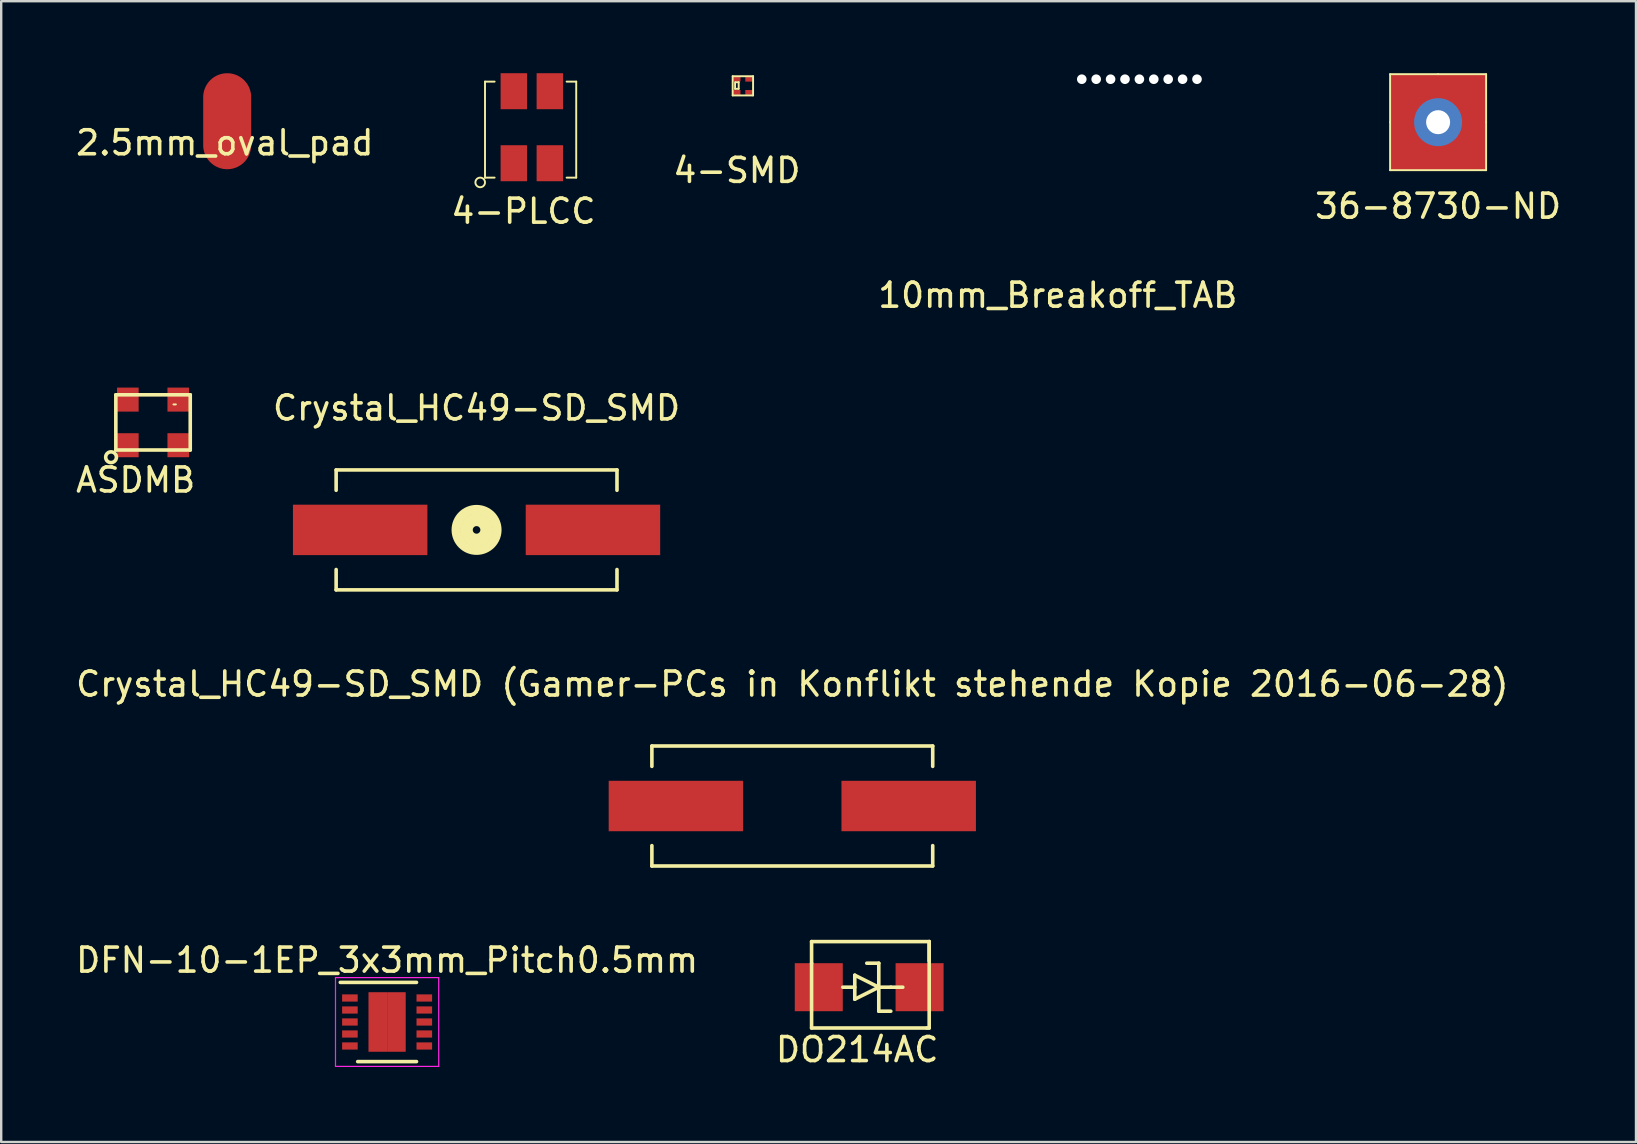
<source format=kicad_pcb>
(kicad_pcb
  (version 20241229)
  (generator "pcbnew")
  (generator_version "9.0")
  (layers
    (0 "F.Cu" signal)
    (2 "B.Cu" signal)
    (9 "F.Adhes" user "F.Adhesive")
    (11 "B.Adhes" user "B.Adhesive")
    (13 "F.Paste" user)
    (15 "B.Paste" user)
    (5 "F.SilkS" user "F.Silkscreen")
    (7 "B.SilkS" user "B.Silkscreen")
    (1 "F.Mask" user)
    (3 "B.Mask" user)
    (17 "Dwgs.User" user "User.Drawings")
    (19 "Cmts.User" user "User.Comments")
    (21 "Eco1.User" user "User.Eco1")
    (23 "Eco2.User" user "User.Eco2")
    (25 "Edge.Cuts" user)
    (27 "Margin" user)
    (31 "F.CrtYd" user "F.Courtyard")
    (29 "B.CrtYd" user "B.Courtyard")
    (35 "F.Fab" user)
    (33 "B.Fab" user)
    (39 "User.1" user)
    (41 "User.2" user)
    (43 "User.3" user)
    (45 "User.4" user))
  (footprint "ASDMB"
    (layer "F.Cu")
    (at 2.276 15.498)
    (property "Reference" "ASDMB" (at 0.325 1.45 0) (layer "F.SilkS") (effects (font (size 1 1) (thickness 0.15))))
    (attr through_hole)
    (fp_line (start -0.5 -2.1) (end 2.6 -2.1) (stroke (width 0.15) (type solid)) (layer "F.SilkS"))
    (fp_line (start -0.5 0.2) (end -0.5 -2.1) (stroke (width 0.15) (type solid)) (layer "F.SilkS"))
    (fp_line (start 2 -1.7) (end 1.9 -1.7) (stroke (width 0.08) (type solid)) (layer "F.SilkS"))
    (fp_line (start 2.6 -2.1) (end 2.6 0.2) (stroke (width 0.15) (type solid)) (layer "F.SilkS"))
    (fp_line (start 2.6 0.2) (end -0.5 0.2) (stroke (width 0.15) (type solid)) (layer "F.SilkS"))
    (fp_circle (center -0.7 0.5) (end -0.5 0.6) (stroke (width 0.15) (type solid)) (fill no) (layer "F.SilkS"))
    (pad "1" smd rect (at 0 0) (size 0.9 1) (layers "F.Cu" "F.Mask" "F.Paste"))
    (pad "2" smd rect (at 2.1 0) (size 0.9 1) (layers "F.Cu" "F.Mask" "F.Paste"))
    (pad "3" smd rect (at 2.1 -1.9) (size 0.9 1) (layers "F.Cu" "F.Mask" "F.Paste"))
    (pad "4" smd rect (at 0 -1.9) (size 0.9 1) (layers "F.Cu" "F.Mask" "F.Paste")))
  (footprint "2.5mm_oval_pad"
    (layer "F.Cu")
    (at 6.415 2)
    (property "Reference" "2.5mm_oval_pad" (at -0.1 0.9 0) (layer "F.SilkS") (effects (font (size 1 1) (thickness 0.15))))
    (attr through_hole)
    (pad "1" smd oval (at 0 0) (size 2 4) (layers "F.Cu" "F.Mask" "F.Paste")))
  (footprint "36-8730-ND"
    (layer "F.Cu")
    (at 56.863 2.04)
    (property "Reference" "36-8730-ND" (at 0 3.5 0) (layer "F.SilkS") (effects (font (size 1 1) (thickness 0.15))))
    (attr through_hole)
    (fp_line (start -2 -2) (end -2 0) (stroke (width 0.08) (type solid)) (layer "F.SilkS"))
    (fp_line (start -2 0) (end -2 2) (stroke (width 0.08) (type solid)) (layer "F.SilkS"))
    (fp_line (start -2 2) (end 2 2) (stroke (width 0.08) (type solid)) (layer "F.SilkS"))
    (fp_line (start 0 -2) (end -2 -2) (stroke (width 0.08) (type solid)) (layer "F.SilkS"))
    (fp_line (start 2 -2) (end 0 -2) (stroke (width 0.08) (type solid)) (layer "F.SilkS"))
    (fp_line (start 2 0) (end 2 -2) (stroke (width 0.08) (type solid)) (layer "F.SilkS"))
    (fp_line (start 2 2) (end 2 0) (stroke (width 0.08) (type solid)) (layer "F.SilkS"))
    (pad "1" thru_hole circle (at 0 0) (size 2 2) (drill 1) (layers "*.Cu" "*.Mask"))
    (pad "1" smd rect (at 0 0) (size 4 4) (layers "F.Cu" "F.Mask" "F.Paste")))
  (footprint "DO214AC"
    (layer "F.Cu")
    (at 31.061 38.078)
    (property "Reference" "DO214AC" (at 1.6 2.6 0) (layer "F.SilkS") (effects (font (size 1 1) (thickness 0.15))))
    (attr through_hole)
    (fp_line (start -0.3 -1.9) (end 4.6 -1.9) (stroke (width 0.15) (type solid)) (layer "F.SilkS"))
    (fp_line (start -0.3 -1) (end -0.3 -1.9) (stroke (width 0.15) (type solid)) (layer "F.SilkS"))
    (fp_line (start -0.3 -1) (end -0.3 1.7) (stroke (width 0.15) (type solid)) (layer "F.SilkS"))
    (fp_line (start -0.3 1.7) (end 4.5 1.7) (stroke (width 0.15) (type solid)) (layer "F.SilkS"))
    (fp_line (start 1 0) (end 1.5 0) (stroke (width 0.15) (type solid)) (layer "F.SilkS"))
    (fp_line (start 1.5 -0.5) (end 2.5 0) (stroke (width 0.15) (type solid)) (layer "F.SilkS"))
    (fp_line (start 1.5 0.5) (end 1.5 -0.5) (stroke (width 0.15) (type solid)) (layer "F.SilkS"))
    (fp_line (start 2 -1) (end 2.5 -1) (stroke (width 0.15) (type solid)) (layer "F.SilkS"))
    (fp_line (start 2.5 -1) (end 2.5 1) (stroke (width 0.15) (type solid)) (layer "F.SilkS"))
    (fp_line (start 2.5 0) (end 1.5 0.5) (stroke (width 0.15) (type solid)) (layer "F.SilkS"))
    (fp_line (start 2.5 0) (end 3 0) (stroke (width 0.15) (type solid)) (layer "F.SilkS"))
    (fp_line (start 2.5 1) (end 3 1) (stroke (width 0.15) (type solid)) (layer "F.SilkS"))
    (fp_line (start 3 0) (end 3.5 0) (stroke (width 0.15) (type solid)) (layer "F.SilkS"))
    (fp_line (start 4.5 1.7) (end 4.6 1.7) (stroke (width 0.15) (type solid)) (layer "F.SilkS"))
    (fp_line (start 4.6 -1.9) (end 4.6 -1.1) (stroke (width 0.15) (type solid)) (layer "F.SilkS"))
    (fp_line (start 4.6 1.7) (end 4.6 -1.9) (stroke (width 0.15) (type solid)) (layer "F.SilkS"))
    (pad "A" smd rect (at 0 0) (size 2 2) (layers "F.Cu" "F.Mask" "F.Paste"))
    (pad "C" smd rect (at 4.2 0) (size 2 2) (layers "F.Cu" "F.Mask" "F.Paste")))
  (footprint "4-PLCC"
    (layer "F.Cu")
    (at 18.356 0.75)
    (property "Reference" "4-PLCC" (at 0.4 5 0) (layer "F.SilkS") (effects (font (size 1 1) (thickness 0.15))))
    (attr through_hole)
    (fp_line (start -1.2 -0.4) (end -1.2 3.6) (stroke (width 0.08) (type solid)) (layer "F.SilkS"))
    (fp_line (start -1.2 3.6) (end -0.8 3.6) (stroke (width 0.08) (type solid)) (layer "F.SilkS"))
    (fp_line (start -0.8 -0.4) (end -1.2 -0.4) (stroke (width 0.08) (type solid)) (layer "F.SilkS"))
    (fp_line (start 2.2 -0.4) (end 2.6 -0.4) (stroke (width 0.08) (type solid)) (layer "F.SilkS"))
    (fp_line (start 2.6 -0.4) (end 2.6 3.6) (stroke (width 0.08) (type solid)) (layer "F.SilkS"))
    (fp_line (start 2.6 3.6) (end 2.2 3.6) (stroke (width 0.08) (type solid)) (layer "F.SilkS"))
    (fp_circle (center -1.4 3.8) (end -1.2 3.8) (stroke (width 0.08) (type solid)) (fill no) (layer "F.SilkS"))
    (pad "1" smd rect (at 0 3) (size 1.1 1.5) (layers "F.Cu" "F.Mask" "F.Paste"))
    (pad "2" smd rect (at 0 0) (size 1.1 1.5) (layers "F.Cu" "F.Mask" "F.Paste"))
    (pad "3" smd rect (at 1.5 0) (size 1.1 1.5) (layers "F.Cu" "F.Mask" "F.Paste"))
    (pad "4" smd rect (at 1.5 3) (size 1.1 1.5) (layers "F.Cu" "F.Mask" "F.Paste")))
  (footprint "4-SMD"
    (layer "F.Cu")
    (at 27.649 0.25)
    (property "Reference" "4-SMD" (at 0 3.8 0) (layer "F.SilkS") (effects (font (size 1 1) (thickness 0.15))))
    (attr through_hole)
    (fp_line (start -0.175 -0.125) (end 0.675 -0.125) (stroke (width 0.08) (type solid)) (layer "F.SilkS"))
    (fp_line (start -0.175 0.675) (end -0.175 -0.125) (stroke (width 0.08) (type solid)) (layer "F.SilkS"))
    (fp_line (start -0.075 0.125) (end -0.075 0.4) (stroke (width 0.08) (type solid)) (layer "F.SilkS"))
    (fp_line (start -0.075 0.4) (end 0.075 0.4) (stroke (width 0.08) (type solid)) (layer "F.SilkS"))
    (fp_line (start 0.075 0.125) (end -0.05 0.125) (stroke (width 0.08) (type solid)) (layer "F.SilkS"))
    (fp_line (start 0.075 0.4) (end 0.075 0.125) (stroke (width 0.08) (type solid)) (layer "F.SilkS"))
    (fp_line (start 0.675 -0.125) (end 0.675 0.675) (stroke (width 0.08) (type solid)) (layer "F.SilkS"))
    (fp_line (start 0.675 0.675) (end -0.175 0.675) (stroke (width 0.08) (type solid)) (layer "F.SilkS"))
    (pad "1" smd rect (at 0 0.55) (size 0.3 0.2) (layers "F.Cu" "F.Mask" "F.Paste"))
    (pad "2" smd rect (at 0.5 0.55) (size 0.3 0.2) (layers "F.Cu" "F.Mask" "F.Paste"))
    (pad "3" smd rect (at 0.5 0) (size 0.3 0.2) (layers "F.Cu" "F.Mask" "F.Paste"))
    (pad "4" smd rect (at 0 0) (size 0.3 0.2) (layers "F.Cu" "F.Mask" "F.Paste")))
  (footprint "Crystal_HC49-SD_SMD (Gamer-PCs in Konflikt stehende Kopie 2016-06-28)"
    (layer "F.Cu")
    (at 29.958 30.529)
    (property "Reference" "Crystal_HC49-SD_SMD (Gamer-PCs in Konflikt stehende Kopie 2016-06-28)" (at 0 -5.08 0) (layer "F.SilkS") (effects (font (size 1 1) (thickness 0.15))))
    (attr smd)
    (fp_line (start -5.85 -2.499) (end -5.85 -1.651) (stroke (width 0.15) (type solid)) (layer "F.SilkS"))
    (fp_line (start -5.85 2.499) (end -5.85 1.651) (stroke (width 0.15) (type solid)) (layer "F.SilkS"))
    (fp_line (start -5.85 2.499) (end 5.85 2.499) (stroke (width 0.15) (type solid)) (layer "F.SilkS"))
    (fp_line (start 5.85 -2.499) (end -5.85 -2.499) (stroke (width 0.15) (type solid)) (layer "F.SilkS"))
    (fp_line (start 5.85 -2.499) (end 5.85 -1.651) (stroke (width 0.15) (type solid)) (layer "F.SilkS"))
    (fp_line (start 5.85 2.499) (end 5.85 1.651) (stroke (width 0.15) (type solid)) (layer "F.SilkS"))
    (pad "1" smd rect (at -4.849 0) (size 5.601 2.101) (layers "F.Cu" "F.Mask" "F.Paste"))
    (pad "2" smd rect (at 4.849 0) (size 5.601 2.101) (layers "F.Cu" "F.Mask" "F.Paste")))
  (footprint "10mm_Breakoff_TAB"
    (layer "F.Cu")
    (at 42.018 0.25)
    (property "Reference" "10mm_Breakoff_TAB" (at -1 9 0) (layer "F.SilkS") (effects (font (size 1 1) (thickness 0.15))))
    (attr through_hole)
    (pad "" np_thru_hole circle (at 0 0) (size 0.4 0.4) (drill 0.4) (layers "*.Cu" "*.Mask"))
    (pad "" np_thru_hole circle (at 0.6 0) (size 0.4 0.4) (drill 0.4) (layers "*.Cu" "*.Mask"))
    (pad "" np_thru_hole circle (at 1.2 0) (size 0.4 0.4) (drill 0.4) (layers "*.Cu" "*.Mask"))
    (pad "" np_thru_hole circle (at 1.8 0) (size 0.4 0.4) (drill 0.4) (layers "*.Cu" "*.Mask"))
    (pad "" np_thru_hole circle (at 2.4 0) (size 0.4 0.4) (drill 0.4) (layers "*.Cu" "*.Mask"))
    (pad "" np_thru_hole circle (at 3 0) (size 0.4 0.4) (drill 0.4) (layers "*.Cu" "*.Mask"))
    (pad "" np_thru_hole circle (at 3.6 0) (size 0.4 0.4) (drill 0.4) (layers "*.Cu" "*.Mask"))
    (pad "" np_thru_hole circle (at 4.2 0) (size 0.4 0.4) (drill 0.4) (layers "*.Cu" "*.Mask"))
    (pad "" np_thru_hole circle (at 4.8 0) (size 0.4 0.4) (drill 0.4) (layers "*.Cu" "*.Mask")))
  (footprint "Crystal_HC49-SD_SMD"
    (layer "F.Cu")
    (at 16.804 19.026)
    (property "Reference" "Crystal_HC49-SD_SMD" (at 0 -5.08 0) (layer "F.SilkS") (effects (font (size 1 1) (thickness 0.15))))
    (attr smd)
    (fp_line (start -5.85 -2.499) (end -5.85 -1.651) (stroke (width 0.15) (type solid)) (layer "F.SilkS"))
    (fp_line (start -5.85 2.499) (end -5.85 1.651) (stroke (width 0.15) (type solid)) (layer "F.SilkS"))
    (fp_line (start -5.85 2.499) (end 5.85 2.499) (stroke (width 0.15) (type solid)) (layer "F.SilkS"))
    (fp_line (start 5.85 -2.499) (end -5.85 -2.499) (stroke (width 0.15) (type solid)) (layer "F.SilkS"))
    (fp_line (start 5.85 -2.499) (end 5.85 -1.651) (stroke (width 0.15) (type solid)) (layer "F.SilkS"))
    (fp_line (start 5.85 2.499) (end 5.85 1.651) (stroke (width 0.15) (type solid)) (layer "F.SilkS"))
    (fp_circle (center 0 0) (end 0.15 0.051) (stroke (width 0.381) (type solid)) (fill no) (layer "F.SilkS"))
    (fp_circle (center 0 0) (end 0.5 0) (stroke (width 0.381) (type solid)) (fill no) (layer "F.SilkS"))
    (fp_circle (center 0 0) (end 0.851 0) (stroke (width 0.381) (type solid)) (fill no) (layer "F.SilkS"))
    (pad "1" smd rect (at -4.849 0) (size 5.601 2.101) (layers "F.Cu" "F.Mask" "F.Paste"))
    (pad "2" smd rect (at 4.849 0) (size 5.601 2.101) (layers "F.Cu" "F.Mask" "F.Paste")))
  (footprint "DFN-10-1EP_3x3mm_Pitch0.5mm"
    (layer "F.Cu")
    (at 13.077 39.527)
    (property "Reference" "DFN-10-1EP_3x3mm_Pitch0.5mm" (at 0 -2.575 0) (layer "F.SilkS") (effects (font (size 1 1) (thickness 0.15))))
    (attr smd)
    (fp_line (start -1.95 -1.65) (end 1.225 -1.65) (stroke (width 0.15) (type solid)) (layer "F.SilkS"))
    (fp_line (start -1.225 1.65) (end 1.225 1.65) (stroke (width 0.15) (type solid)) (layer "F.SilkS"))
    (fp_line (start -2.15 -1.85) (end -2.15 1.85) (stroke (width 0.05) (type solid)) (layer "F.CrtYd"))
    (fp_line (start -2.15 -1.85) (end 2.15 -1.85) (stroke (width 0.05) (type solid)) (layer "F.CrtYd"))
    (fp_line (start -2.15 1.85) (end 2.15 1.85) (stroke (width 0.05) (type solid)) (layer "F.CrtYd"))
    (fp_line (start 2.15 -1.85) (end 2.15 1.85) (stroke (width 0.05) (type solid)) (layer "F.CrtYd"))
    (pad "1" smd rect (at -1.55 -1) (size 0.65 0.3) (layers "F.Cu" "F.Mask" "F.Paste"))
    (pad "2" smd rect (at -1.55 -0.5) (size 0.65 0.3) (layers "F.Cu" "F.Mask" "F.Paste"))
    (pad "3" smd rect (at -1.55 0) (size 0.65 0.3) (layers "F.Cu" "F.Mask" "F.Paste"))
    (pad "4" smd rect (at -1.55 0.5) (size 0.65 0.3) (layers "F.Cu" "F.Mask" "F.Paste"))
    (pad "5" smd rect (at -1.55 1) (size 0.65 0.3) (layers "F.Cu" "F.Mask" "F.Paste"))
    (pad "6" smd rect (at 1.55 1) (size 0.65 0.3) (layers "F.Cu" "F.Mask" "F.Paste"))
    (pad "7" smd rect (at 1.55 0.5) (size 0.65 0.3) (layers "F.Cu" "F.Mask" "F.Paste"))
    (pad "8" smd rect (at 1.55 0) (size 0.65 0.3) (layers "F.Cu" "F.Mask" "F.Paste"))
    (pad "9" smd rect (at 1.55 -0.5) (size 0.65 0.3) (layers "F.Cu" "F.Mask" "F.Paste"))
    (pad "10" smd rect (at 1.55 -1) (size 0.65 0.3) (layers "F.Cu" "F.Mask" "F.Paste"))
    (pad "11" smd rect (at -0.388 -0.62) (size 0.775 1.24) (layers "F.Cu" "F.Mask" "F.Paste"))
    (pad "11" smd rect (at -0.388 0.62) (size 0.775 1.24) (layers "F.Cu" "F.Mask" "F.Paste"))
    (pad "11" smd rect (at 0.388 -0.62) (size 0.775 1.24) (layers "F.Cu" "F.Mask" "F.Paste"))
    (pad "11" smd rect (at 0.388 0.62) (size 0.775 1.24) (layers "F.Cu" "F.Mask" "F.Paste")))
  (gr_rect
    (start -3 -3)
    (end 65.107 44.527)
    (stroke (width 0.1) (type default))
    (fill no)
    (layer "Edge.Cuts")))
</source>
